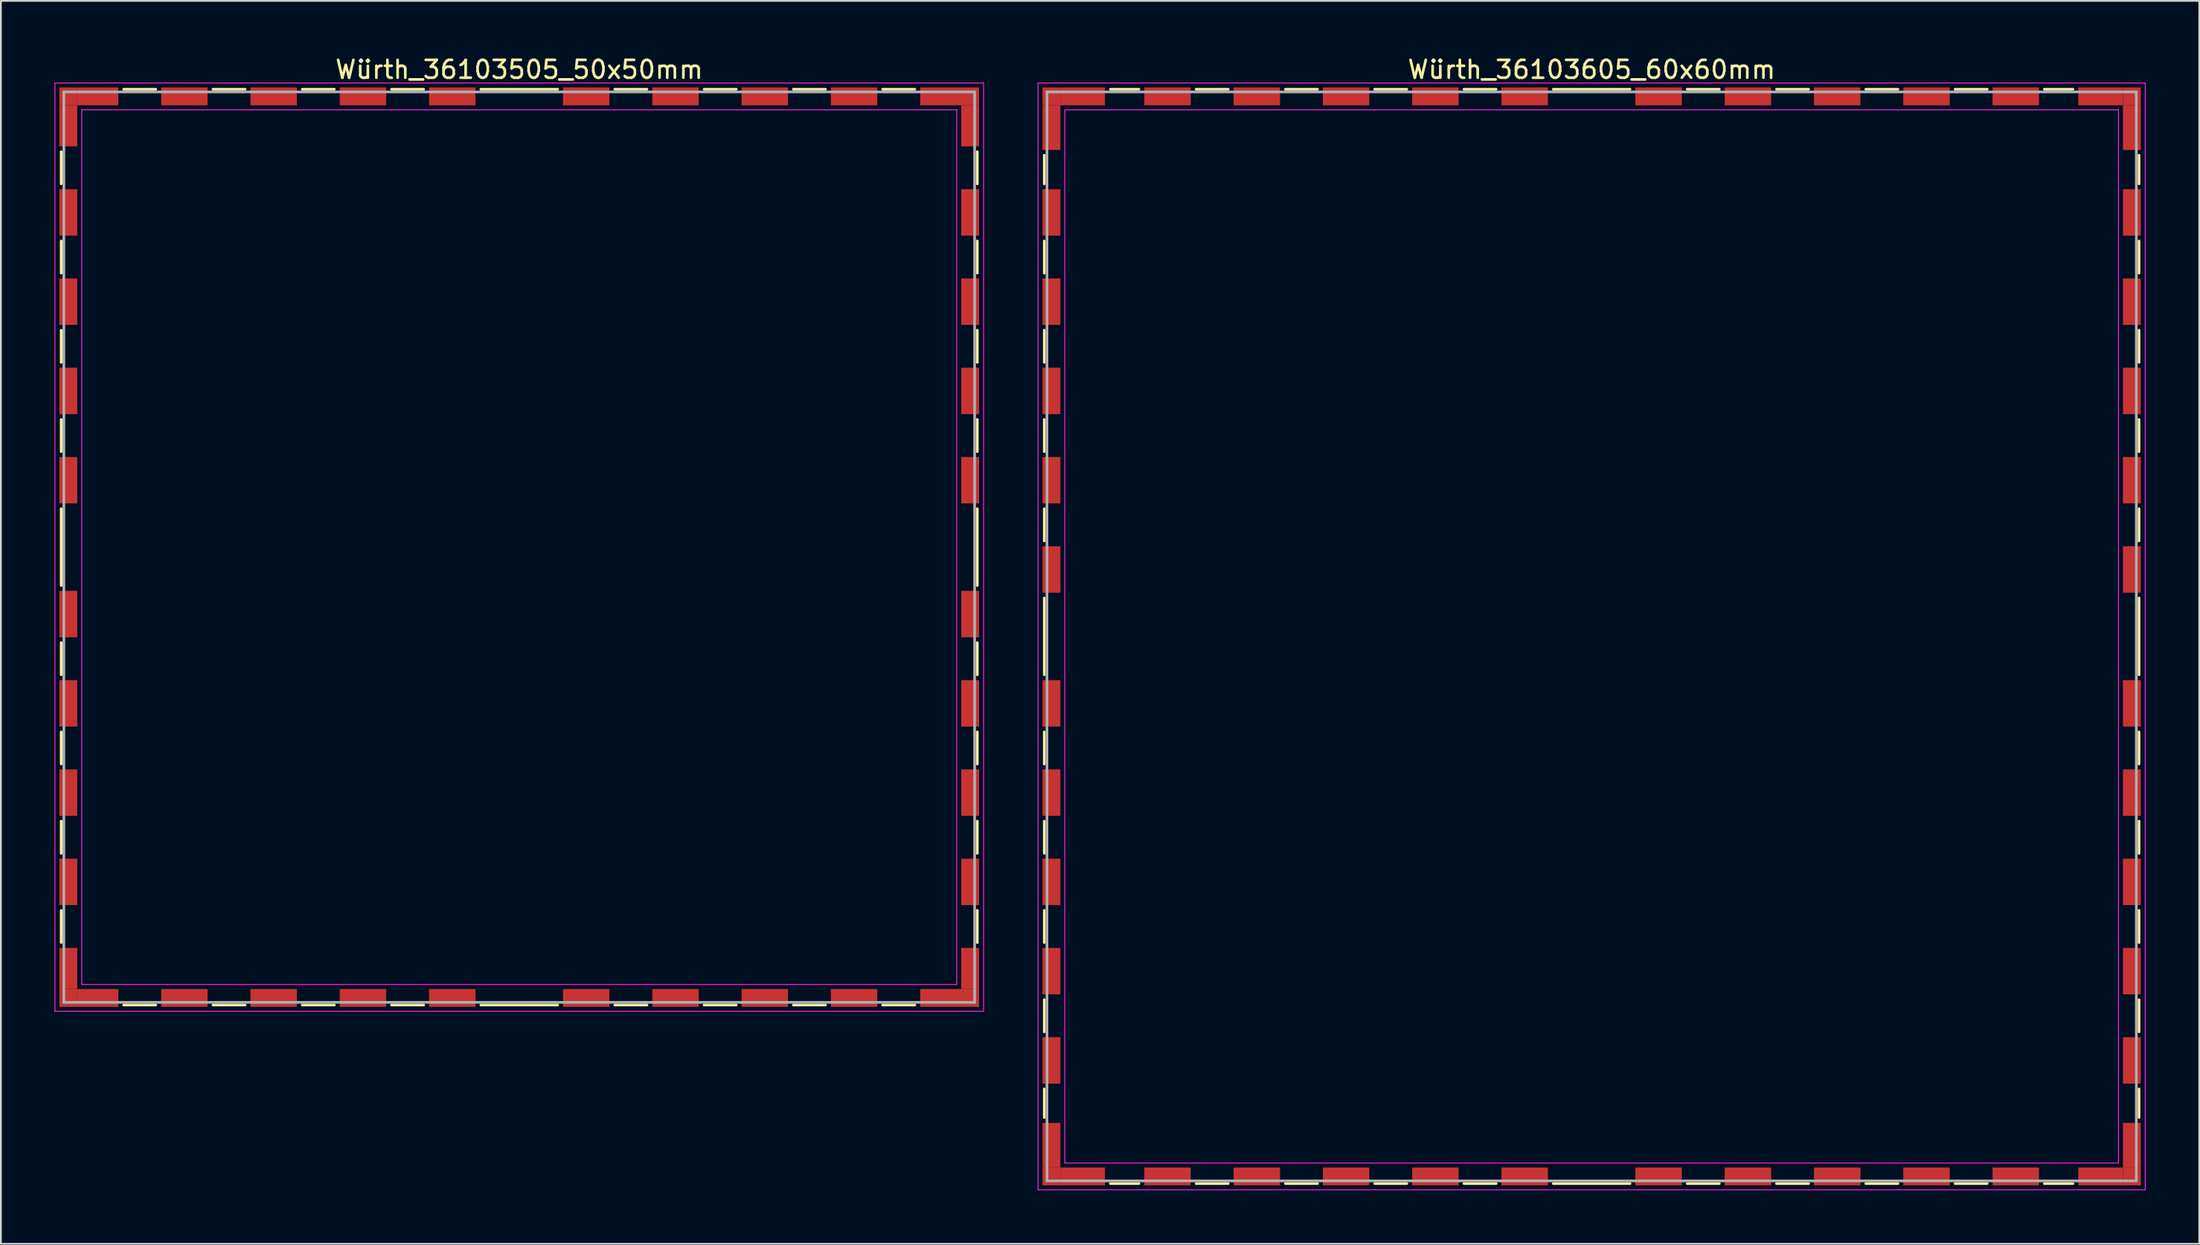
<source format=kicad_pcb>
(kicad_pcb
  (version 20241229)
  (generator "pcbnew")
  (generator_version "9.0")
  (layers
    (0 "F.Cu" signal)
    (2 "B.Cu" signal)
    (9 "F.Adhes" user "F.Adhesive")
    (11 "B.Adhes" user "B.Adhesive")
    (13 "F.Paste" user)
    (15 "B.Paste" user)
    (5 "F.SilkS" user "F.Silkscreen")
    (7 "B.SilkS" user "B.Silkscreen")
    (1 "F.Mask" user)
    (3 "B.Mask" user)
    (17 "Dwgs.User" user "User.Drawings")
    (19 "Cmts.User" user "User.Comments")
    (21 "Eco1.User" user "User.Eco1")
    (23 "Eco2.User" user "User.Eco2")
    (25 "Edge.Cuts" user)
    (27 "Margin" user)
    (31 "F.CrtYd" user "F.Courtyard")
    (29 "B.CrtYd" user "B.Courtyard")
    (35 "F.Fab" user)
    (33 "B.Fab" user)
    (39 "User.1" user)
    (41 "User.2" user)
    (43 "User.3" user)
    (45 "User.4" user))
  (footprint "Würth_36103605_60x60mm"
    (layer "F.Cu")
    (at 86.075 32.598)
    (property "Reference" "Würth_36103605_60x60mm" (at 0 -31.75 0) (layer "F.SilkS") (effects (font (size 1 1) (thickness 0.15))))
    (attr smd)
    (fp_line (start -30.65 -26.95) (end -30.65 -25.35) (stroke (width 0.15) (type solid)) (layer "F.SilkS"))
    (fp_line (start -30.65 -22.15) (end -30.65 -20.35) (stroke (width 0.15) (type solid)) (layer "F.SilkS"))
    (fp_line (start -30.65 -17.15) (end -30.65 -15.35) (stroke (width 0.15) (type solid)) (layer "F.SilkS"))
    (fp_line (start -30.65 -12.15) (end -30.65 -10.35) (stroke (width 0.15) (type solid)) (layer "F.SilkS"))
    (fp_line (start -30.65 -7.15) (end -30.65 -5.35) (stroke (width 0.15) (type solid)) (layer "F.SilkS"))
    (fp_line (start -30.65 -2.15) (end -30.65 2.15) (stroke (width 0.15) (type solid)) (layer "F.SilkS"))
    (fp_line (start -30.65 5.35) (end -30.65 7.15) (stroke (width 0.15) (type solid)) (layer "F.SilkS"))
    (fp_line (start -30.65 10.35) (end -30.65 12.15) (stroke (width 0.15) (type solid)) (layer "F.SilkS"))
    (fp_line (start -30.65 15.35) (end -30.65 17.15) (stroke (width 0.15) (type solid)) (layer "F.SilkS"))
    (fp_line (start -30.65 20.35) (end -30.65 22.15) (stroke (width 0.15) (type solid)) (layer "F.SilkS"))
    (fp_line (start -30.65 25.35) (end -30.65 26.95) (stroke (width 0.15) (type solid)) (layer "F.SilkS"))
    (fp_line (start -26.95 -30.65) (end -25.35 -30.65) (stroke (width 0.15) (type solid)) (layer "F.SilkS"))
    (fp_line (start -26.95 30.65) (end -25.35 30.65) (stroke (width 0.15) (type solid)) (layer "F.SilkS"))
    (fp_line (start -22.15 -30.65) (end -20.35 -30.65) (stroke (width 0.15) (type solid)) (layer "F.SilkS"))
    (fp_line (start -22.15 30.65) (end -20.35 30.65) (stroke (width 0.15) (type solid)) (layer "F.SilkS"))
    (fp_line (start -17.15 -30.65) (end -15.35 -30.65) (stroke (width 0.15) (type solid)) (layer "F.SilkS"))
    (fp_line (start -17.15 30.65) (end -15.35 30.65) (stroke (width 0.15) (type solid)) (layer "F.SilkS"))
    (fp_line (start -12.15 -30.65) (end -10.35 -30.65) (stroke (width 0.15) (type solid)) (layer "F.SilkS"))
    (fp_line (start -12.15 30.65) (end -10.35 30.65) (stroke (width 0.15) (type solid)) (layer "F.SilkS"))
    (fp_line (start -7.15 -30.65) (end -5.35 -30.65) (stroke (width 0.15) (type solid)) (layer "F.SilkS"))
    (fp_line (start -7.15 30.65) (end -5.35 30.65) (stroke (width 0.15) (type solid)) (layer "F.SilkS"))
    (fp_line (start -2.15 -30.65) (end 2.15 -30.65) (stroke (width 0.15) (type solid)) (layer "F.SilkS"))
    (fp_line (start -2.15 30.65) (end 2.15 30.65) (stroke (width 0.15) (type solid)) (layer "F.SilkS"))
    (fp_line (start 5.35 -30.65) (end 7.15 -30.65) (stroke (width 0.15) (type solid)) (layer "F.SilkS"))
    (fp_line (start 5.35 30.65) (end 7.15 30.65) (stroke (width 0.15) (type solid)) (layer "F.SilkS"))
    (fp_line (start 10.35 -30.65) (end 12.15 -30.65) (stroke (width 0.15) (type solid)) (layer "F.SilkS"))
    (fp_line (start 10.35 30.65) (end 12.15 30.65) (stroke (width 0.15) (type solid)) (layer "F.SilkS"))
    (fp_line (start 15.35 -30.65) (end 17.15 -30.65) (stroke (width 0.15) (type solid)) (layer "F.SilkS"))
    (fp_line (start 15.35 30.65) (end 17.15 30.65) (stroke (width 0.15) (type solid)) (layer "F.SilkS"))
    (fp_line (start 20.35 -30.65) (end 22.15 -30.65) (stroke (width 0.15) (type solid)) (layer "F.SilkS"))
    (fp_line (start 20.35 30.65) (end 22.15 30.65) (stroke (width 0.15) (type solid)) (layer "F.SilkS"))
    (fp_line (start 25.35 -30.65) (end 26.95 -30.65) (stroke (width 0.15) (type solid)) (layer "F.SilkS"))
    (fp_line (start 25.35 30.65) (end 26.95 30.65) (stroke (width 0.15) (type solid)) (layer "F.SilkS"))
    (fp_line (start 30.65 -26.95) (end 30.65 -25.35) (stroke (width 0.15) (type solid)) (layer "F.SilkS"))
    (fp_line (start 30.65 -22.15) (end 30.65 -20.35) (stroke (width 0.15) (type solid)) (layer "F.SilkS"))
    (fp_line (start 30.65 -17.15) (end 30.65 -15.35) (stroke (width 0.15) (type solid)) (layer "F.SilkS"))
    (fp_line (start 30.65 -12.15) (end 30.65 -10.35) (stroke (width 0.15) (type solid)) (layer "F.SilkS"))
    (fp_line (start 30.65 -7.15) (end 30.65 -5.35) (stroke (width 0.15) (type solid)) (layer "F.SilkS"))
    (fp_line (start 30.65 -2.15) (end 30.65 2.15) (stroke (width 0.15) (type solid)) (layer "F.SilkS"))
    (fp_line (start 30.65 5.35) (end 30.65 7.15) (stroke (width 0.15) (type solid)) (layer "F.SilkS"))
    (fp_line (start 30.65 10.35) (end 30.65 12.15) (stroke (width 0.15) (type solid)) (layer "F.SilkS"))
    (fp_line (start 30.65 15.35) (end 30.65 17.15) (stroke (width 0.15) (type solid)) (layer "F.SilkS"))
    (fp_line (start 30.65 20.35) (end 30.65 22.15) (stroke (width 0.15) (type solid)) (layer "F.SilkS"))
    (fp_line (start 30.65 25.35) (end 30.65 26.95) (stroke (width 0.15) (type solid)) (layer "F.SilkS"))
    (fp_line (start -31 -31) (end -31 31) (stroke (width 0.05) (type solid)) (layer "F.CrtYd"))
    (fp_line (start -31 31) (end 31 31) (stroke (width 0.05) (type solid)) (layer "F.CrtYd"))
    (fp_line (start -29.5 -29.5) (end -29.5 29.5) (stroke (width 0.05) (type solid)) (layer "F.CrtYd"))
    (fp_line (start -29.5 29.5) (end 29.5 29.5) (stroke (width 0.05) (type solid)) (layer "F.CrtYd"))
    (fp_line (start 29.5 -29.5) (end -29.5 -29.5) (stroke (width 0.05) (type solid)) (layer "F.CrtYd"))
    (fp_line (start 29.5 29.5) (end 29.5 -29.5) (stroke (width 0.05) (type solid)) (layer "F.CrtYd"))
    (fp_line (start 31 -31) (end -31 -31) (stroke (width 0.05) (type solid)) (layer "F.CrtYd"))
    (fp_line (start 31 31) (end 31 -31) (stroke (width 0.05) (type solid)) (layer "F.CrtYd"))
    (fp_line (start -30.5 -30.5) (end -30.5 30.5) (stroke (width 0.15) (type solid)) (layer "F.Fab"))
    (fp_line (start -30.5 30.5) (end 30.5 30.5) (stroke (width 0.15) (type solid)) (layer "F.Fab"))
    (fp_line (start 30.5 -30.5) (end -30.5 -30.5) (stroke (width 0.15) (type solid)) (layer "F.Fab"))
    (fp_line (start 30.5 30.5) (end 30.5 -30.5) (stroke (width 0.15) (type solid)) (layer "F.Fab"))
    (pad "1" smd rect (at -30.25 -30.25) (size 1 1) (layers "F.Cu" "F.Mask"))
    (pad "1" smd rect (at -30.25 -28.5) (size 1 2.5) (layers "F.Cu" "F.Mask"))
    (pad "1" smd rect (at -30.25 -23.75) (size 1 2.6) (layers "F.Cu" "F.Mask"))
    (pad "1" smd rect (at -30.25 -18.75) (size 1 2.6) (layers "F.Cu" "F.Mask"))
    (pad "1" smd rect (at -30.25 -13.75) (size 1 2.6) (layers "F.Cu" "F.Mask"))
    (pad "1" smd rect (at -30.25 -8.75) (size 1 2.6) (layers "F.Cu" "F.Mask"))
    (pad "1" smd rect (at -30.25 -3.75) (size 1 2.6) (layers "F.Cu" "F.Mask"))
    (pad "1" smd rect (at -30.25 3.75) (size 1 2.6) (layers "F.Cu" "F.Mask"))
    (pad "1" smd rect (at -30.25 8.75) (size 1 2.6) (layers "F.Cu" "F.Mask"))
    (pad "1" smd rect (at -30.25 13.75) (size 1 2.6) (layers "F.Cu" "F.Mask"))
    (pad "1" smd rect (at -30.25 18.75) (size 1 2.6) (layers "F.Cu" "F.Mask"))
    (pad "1" smd rect (at -30.25 23.75) (size 1 2.6) (layers "F.Cu" "F.Mask"))
    (pad "1" smd rect (at -30.25 28.5) (size 1 2.5) (layers "F.Cu" "F.Mask"))
    (pad "1" smd rect (at -30.25 30.25) (size 1 1) (layers "F.Cu" "F.Mask"))
    (pad "1" smd rect (at -28.5 -30.25) (size 2.5 1) (layers "F.Cu" "F.Mask"))
    (pad "1" smd rect (at -28.5 30.25) (size 2.5 1) (layers "F.Cu" "F.Mask"))
    (pad "1" smd rect (at -23.75 -30.25) (size 2.6 1) (layers "F.Cu" "F.Mask"))
    (pad "1" smd rect (at -23.75 30.25) (size 2.6 1) (layers "F.Cu" "F.Mask"))
    (pad "1" smd rect (at -18.75 -30.25) (size 2.6 1) (layers "F.Cu" "F.Mask"))
    (pad "1" smd rect (at -18.75 30.25) (size 2.6 1) (layers "F.Cu" "F.Mask"))
    (pad "1" smd rect (at -13.75 -30.25) (size 2.6 1) (layers "F.Cu" "F.Mask"))
    (pad "1" smd rect (at -13.75 30.25) (size 2.6 1) (layers "F.Cu" "F.Mask"))
    (pad "1" smd rect (at -8.75 -30.25) (size 2.6 1) (layers "F.Cu" "F.Mask"))
    (pad "1" smd rect (at -8.75 30.25) (size 2.6 1) (layers "F.Cu" "F.Mask"))
    (pad "1" smd rect (at -3.75 -30.25) (size 2.6 1) (layers "F.Cu" "F.Mask"))
    (pad "1" smd rect (at -3.75 30.25) (size 2.6 1) (layers "F.Cu" "F.Mask"))
    (pad "1" smd rect (at 3.75 -30.25) (size 2.6 1) (layers "F.Cu" "F.Mask"))
    (pad "1" smd rect (at 3.75 30.25) (size 2.6 1) (layers "F.Cu" "F.Mask"))
    (pad "1" smd rect (at 8.75 -30.25) (size 2.6 1) (layers "F.Cu" "F.Mask"))
    (pad "1" smd rect (at 8.75 30.25) (size 2.6 1) (layers "F.Cu" "F.Mask"))
    (pad "1" smd rect (at 13.75 -30.25) (size 2.6 1) (layers "F.Cu" "F.Mask"))
    (pad "1" smd rect (at 13.75 30.25) (size 2.6 1) (layers "F.Cu" "F.Mask"))
    (pad "1" smd rect (at 18.75 -30.25) (size 2.6 1) (layers "F.Cu" "F.Mask"))
    (pad "1" smd rect (at 18.75 30.25) (size 2.6 1) (layers "F.Cu" "F.Mask"))
    (pad "1" smd rect (at 23.75 -30.25) (size 2.6 1) (layers "F.Cu" "F.Mask"))
    (pad "1" smd rect (at 23.75 30.25) (size 2.6 1) (layers "F.Cu" "F.Mask"))
    (pad "1" smd rect (at 28.5 -30.25) (size 2.5 1) (layers "F.Cu" "F.Mask"))
    (pad "1" smd rect (at 28.5 30.25) (size 2.5 1) (layers "F.Cu" "F.Mask"))
    (pad "1" smd rect (at 30.25 -30.25) (size 1 1) (layers "F.Cu" "F.Mask"))
    (pad "1" smd rect (at 30.25 -28.5) (size 1 2.5) (layers "F.Cu" "F.Mask"))
    (pad "1" smd rect (at 30.25 -23.75) (size 1 2.6) (layers "F.Cu" "F.Mask"))
    (pad "1" smd rect (at 30.25 -18.75) (size 1 2.6) (layers "F.Cu" "F.Mask"))
    (pad "1" smd rect (at 30.25 -13.75) (size 1 2.6) (layers "F.Cu" "F.Mask"))
    (pad "1" smd rect (at 30.25 -8.75) (size 1 2.6) (layers "F.Cu" "F.Mask"))
    (pad "1" smd rect (at 30.25 -3.75) (size 1 2.6) (layers "F.Cu" "F.Mask"))
    (pad "1" smd rect (at 30.25 3.75) (size 1 2.6) (layers "F.Cu" "F.Mask"))
    (pad "1" smd rect (at 30.25 8.75) (size 1 2.6) (layers "F.Cu" "F.Mask"))
    (pad "1" smd rect (at 30.25 13.75) (size 1 2.6) (layers "F.Cu" "F.Mask"))
    (pad "1" smd rect (at 30.25 18.75) (size 1 2.6) (layers "F.Cu" "F.Mask"))
    (pad "1" smd rect (at 30.25 23.75) (size 1 2.6) (layers "F.Cu" "F.Mask"))
    (pad "1" smd rect (at 30.25 28.5) (size 1 2.5) (layers "F.Cu" "F.Mask"))
    (pad "1" smd rect (at 30.25 30.25) (size 1 1) (layers "F.Cu" "F.Mask")))
  (footprint "Würth_36103505_50x50mm"
    (layer "F.Cu")
    (at 26.025 27.598)
    (property "Reference" "Würth_36103505_50x50mm" (at 0 -26.75 0) (layer "F.SilkS") (effects (font (size 1 1) (thickness 0.15))))
    (attr smd)
    (fp_line (start -25.65 -22.15) (end -25.65 -20.35) (stroke (width 0.15) (type solid)) (layer "F.SilkS"))
    (fp_line (start -25.65 -17.15) (end -25.65 -15.35) (stroke (width 0.15) (type solid)) (layer "F.SilkS"))
    (fp_line (start -25.65 -12.15) (end -25.65 -10.35) (stroke (width 0.15) (type solid)) (layer "F.SilkS"))
    (fp_line (start -25.65 -7.15) (end -25.65 -5.35) (stroke (width 0.15) (type solid)) (layer "F.SilkS"))
    (fp_line (start -25.65 -2.15) (end -25.65 2.15) (stroke (width 0.15) (type solid)) (layer "F.SilkS"))
    (fp_line (start -25.65 5.35) (end -25.65 7.15) (stroke (width 0.15) (type solid)) (layer "F.SilkS"))
    (fp_line (start -25.65 10.35) (end -25.65 12.15) (stroke (width 0.15) (type solid)) (layer "F.SilkS"))
    (fp_line (start -25.65 15.35) (end -25.65 17.15) (stroke (width 0.15) (type solid)) (layer "F.SilkS"))
    (fp_line (start -25.65 20.35) (end -25.65 22.15) (stroke (width 0.15) (type solid)) (layer "F.SilkS"))
    (fp_line (start -22.15 -25.65) (end -20.35 -25.65) (stroke (width 0.15) (type solid)) (layer "F.SilkS"))
    (fp_line (start -22.15 25.65) (end -20.35 25.65) (stroke (width 0.15) (type solid)) (layer "F.SilkS"))
    (fp_line (start -17.15 -25.65) (end -15.35 -25.65) (stroke (width 0.15) (type solid)) (layer "F.SilkS"))
    (fp_line (start -17.15 25.65) (end -15.35 25.65) (stroke (width 0.15) (type solid)) (layer "F.SilkS"))
    (fp_line (start -12.15 -25.65) (end -10.35 -25.65) (stroke (width 0.15) (type solid)) (layer "F.SilkS"))
    (fp_line (start -12.15 25.65) (end -10.35 25.65) (stroke (width 0.15) (type solid)) (layer "F.SilkS"))
    (fp_line (start -7.15 -25.65) (end -5.35 -25.65) (stroke (width 0.15) (type solid)) (layer "F.SilkS"))
    (fp_line (start -7.15 25.65) (end -5.35 25.65) (stroke (width 0.15) (type solid)) (layer "F.SilkS"))
    (fp_line (start -2.15 -25.65) (end 2.15 -25.65) (stroke (width 0.15) (type solid)) (layer "F.SilkS"))
    (fp_line (start -2.15 25.65) (end 2.15 25.65) (stroke (width 0.15) (type solid)) (layer "F.SilkS"))
    (fp_line (start 5.35 -25.65) (end 7.15 -25.65) (stroke (width 0.15) (type solid)) (layer "F.SilkS"))
    (fp_line (start 5.35 25.65) (end 7.15 25.65) (stroke (width 0.15) (type solid)) (layer "F.SilkS"))
    (fp_line (start 10.35 -25.65) (end 12.15 -25.65) (stroke (width 0.15) (type solid)) (layer "F.SilkS"))
    (fp_line (start 10.35 25.65) (end 12.15 25.65) (stroke (width 0.15) (type solid)) (layer "F.SilkS"))
    (fp_line (start 15.35 -25.65) (end 17.15 -25.65) (stroke (width 0.15) (type solid)) (layer "F.SilkS"))
    (fp_line (start 15.35 25.65) (end 17.15 25.65) (stroke (width 0.15) (type solid)) (layer "F.SilkS"))
    (fp_line (start 20.35 -25.65) (end 22.15 -25.65) (stroke (width 0.15) (type solid)) (layer "F.SilkS"))
    (fp_line (start 20.35 25.65) (end 22.15 25.65) (stroke (width 0.15) (type solid)) (layer "F.SilkS"))
    (fp_line (start 25.65 -22.15) (end 25.65 -20.35) (stroke (width 0.15) (type solid)) (layer "F.SilkS"))
    (fp_line (start 25.65 -17.15) (end 25.65 -15.35) (stroke (width 0.15) (type solid)) (layer "F.SilkS"))
    (fp_line (start 25.65 -12.15) (end 25.65 -10.35) (stroke (width 0.15) (type solid)) (layer "F.SilkS"))
    (fp_line (start 25.65 -7.15) (end 25.65 -5.35) (stroke (width 0.15) (type solid)) (layer "F.SilkS"))
    (fp_line (start 25.65 -2.15) (end 25.65 2.15) (stroke (width 0.15) (type solid)) (layer "F.SilkS"))
    (fp_line (start 25.65 5.35) (end 25.65 7.15) (stroke (width 0.15) (type solid)) (layer "F.SilkS"))
    (fp_line (start 25.65 10.35) (end 25.65 12.15) (stroke (width 0.15) (type solid)) (layer "F.SilkS"))
    (fp_line (start 25.65 15.35) (end 25.65 17.15) (stroke (width 0.15) (type solid)) (layer "F.SilkS"))
    (fp_line (start 25.65 20.35) (end 25.65 22.15) (stroke (width 0.15) (type solid)) (layer "F.SilkS"))
    (fp_line (start -26 -26) (end -26 26) (stroke (width 0.05) (type solid)) (layer "F.CrtYd"))
    (fp_line (start -26 26) (end 26 26) (stroke (width 0.05) (type solid)) (layer "F.CrtYd"))
    (fp_line (start -24.5 -24.5) (end -24.5 24.5) (stroke (width 0.05) (type solid)) (layer "F.CrtYd"))
    (fp_line (start -24.5 24.5) (end 24.5 24.5) (stroke (width 0.05) (type solid)) (layer "F.CrtYd"))
    (fp_line (start 24.5 -24.5) (end -24.5 -24.5) (stroke (width 0.05) (type solid)) (layer "F.CrtYd"))
    (fp_line (start 24.5 24.5) (end 24.5 -24.5) (stroke (width 0.05) (type solid)) (layer "F.CrtYd"))
    (fp_line (start 26 -26) (end -26 -26) (stroke (width 0.05) (type solid)) (layer "F.CrtYd"))
    (fp_line (start 26 26) (end 26 -26) (stroke (width 0.05) (type solid)) (layer "F.CrtYd"))
    (fp_line (start -25.5 -25.5) (end -25.5 25.5) (stroke (width 0.15) (type solid)) (layer "F.Fab"))
    (fp_line (start -25.5 25.5) (end 25.5 25.5) (stroke (width 0.15) (type solid)) (layer "F.Fab"))
    (fp_line (start 25.5 -25.5) (end -25.5 -25.5) (stroke (width 0.15) (type solid)) (layer "F.Fab"))
    (fp_line (start 25.5 25.5) (end 25.5 -25.5) (stroke (width 0.15) (type solid)) (layer "F.Fab"))
    (pad "1" smd rect (at -25.25 -25.25) (size 1 1) (layers "F.Cu" "F.Mask"))
    (pad "1" smd rect (at -25.25 -23.6) (size 1 2.3) (layers "F.Cu" "F.Mask"))
    (pad "1" smd rect (at -25.25 -18.75) (size 1 2.6) (layers "F.Cu" "F.Mask"))
    (pad "1" smd rect (at -25.25 -13.75) (size 1 2.6) (layers "F.Cu" "F.Mask"))
    (pad "1" smd rect (at -25.25 -8.75) (size 1 2.6) (layers "F.Cu" "F.Mask"))
    (pad "1" smd rect (at -25.25 -3.75) (size 1 2.6) (layers "F.Cu" "F.Mask"))
    (pad "1" smd rect (at -25.25 3.75) (size 1 2.6) (layers "F.Cu" "F.Mask"))
    (pad "1" smd rect (at -25.25 8.75) (size 1 2.6) (layers "F.Cu" "F.Mask"))
    (pad "1" smd rect (at -25.25 13.75) (size 1 2.6) (layers "F.Cu" "F.Mask"))
    (pad "1" smd rect (at -25.25 18.75) (size 1 2.6) (layers "F.Cu" "F.Mask"))
    (pad "1" smd rect (at -25.25 23.6) (size 1 2.3) (layers "F.Cu" "F.Mask"))
    (pad "1" smd rect (at -25.25 25.25) (size 1 1) (layers "F.Cu" "F.Mask"))
    (pad "1" smd rect (at -23.6 -25.25) (size 2.3 1) (layers "F.Cu" "F.Mask"))
    (pad "1" smd rect (at -23.6 25.25) (size 2.3 1) (layers "F.Cu" "F.Mask"))
    (pad "1" smd rect (at -18.75 -25.25) (size 2.6 1) (layers "F.Cu" "F.Mask"))
    (pad "1" smd rect (at -18.75 25.25) (size 2.6 1) (layers "F.Cu" "F.Mask"))
    (pad "1" smd rect (at -13.75 -25.25) (size 2.6 1) (layers "F.Cu" "F.Mask"))
    (pad "1" smd rect (at -13.75 25.25) (size 2.6 1) (layers "F.Cu" "F.Mask"))
    (pad "1" smd rect (at -8.75 -25.25) (size 2.6 1) (layers "F.Cu" "F.Mask"))
    (pad "1" smd rect (at -8.75 25.25) (size 2.6 1) (layers "F.Cu" "F.Mask"))
    (pad "1" smd rect (at -3.75 -25.25) (size 2.6 1) (layers "F.Cu" "F.Mask"))
    (pad "1" smd rect (at -3.75 25.25) (size 2.6 1) (layers "F.Cu" "F.Mask"))
    (pad "1" smd rect (at 3.75 -25.25) (size 2.6 1) (layers "F.Cu" "F.Mask"))
    (pad "1" smd rect (at 3.75 25.25) (size 2.6 1) (layers "F.Cu" "F.Mask"))
    (pad "1" smd rect (at 8.75 -25.25) (size 2.6 1) (layers "F.Cu" "F.Mask"))
    (pad "1" smd rect (at 8.75 25.25) (size 2.6 1) (layers "F.Cu" "F.Mask"))
    (pad "1" smd rect (at 13.75 -25.25) (size 2.6 1) (layers "F.Cu" "F.Mask"))
    (pad "1" smd rect (at 13.75 25.25) (size 2.6 1) (layers "F.Cu" "F.Mask"))
    (pad "1" smd rect (at 18.75 -25.25) (size 2.6 1) (layers "F.Cu" "F.Mask"))
    (pad "1" smd rect (at 18.75 25.25) (size 2.6 1) (layers "F.Cu" "F.Mask"))
    (pad "1" smd rect (at 23.6 -25.25) (size 2.3 1) (layers "F.Cu" "F.Mask"))
    (pad "1" smd rect (at 23.6 25.25) (size 2.3 1) (layers "F.Cu" "F.Mask"))
    (pad "1" smd rect (at 25.25 -25.25) (size 1 1) (layers "F.Cu" "F.Mask"))
    (pad "1" smd rect (at 25.25 -23.6) (size 1 2.3) (layers "F.Cu" "F.Mask"))
    (pad "1" smd rect (at 25.25 -18.75) (size 1 2.6) (layers "F.Cu" "F.Mask"))
    (pad "1" smd rect (at 25.25 -13.75) (size 1 2.6) (layers "F.Cu" "F.Mask"))
    (pad "1" smd rect (at 25.25 -8.75) (size 1 2.6) (layers "F.Cu" "F.Mask"))
    (pad "1" smd rect (at 25.25 -3.75) (size 1 2.6) (layers "F.Cu" "F.Mask"))
    (pad "1" smd rect (at 25.25 3.75) (size 1 2.6) (layers "F.Cu" "F.Mask"))
    (pad "1" smd rect (at 25.25 8.75) (size 1 2.6) (layers "F.Cu" "F.Mask"))
    (pad "1" smd rect (at 25.25 13.75) (size 1 2.6) (layers "F.Cu" "F.Mask"))
    (pad "1" smd rect (at 25.25 18.75) (size 1 2.6) (layers "F.Cu" "F.Mask"))
    (pad "1" smd rect (at 25.25 23.6) (size 1 2.3) (layers "F.Cu" "F.Mask"))
    (pad "1" smd rect (at 25.25 25.25) (size 1 1) (layers "F.Cu" "F.Mask")))
  (gr_rect
    (start -3 -3)
    (end 120.1 66.623)
    (stroke (width 0.1) (type default))
    (fill no)
    (layer "Edge.Cuts")))
</source>
